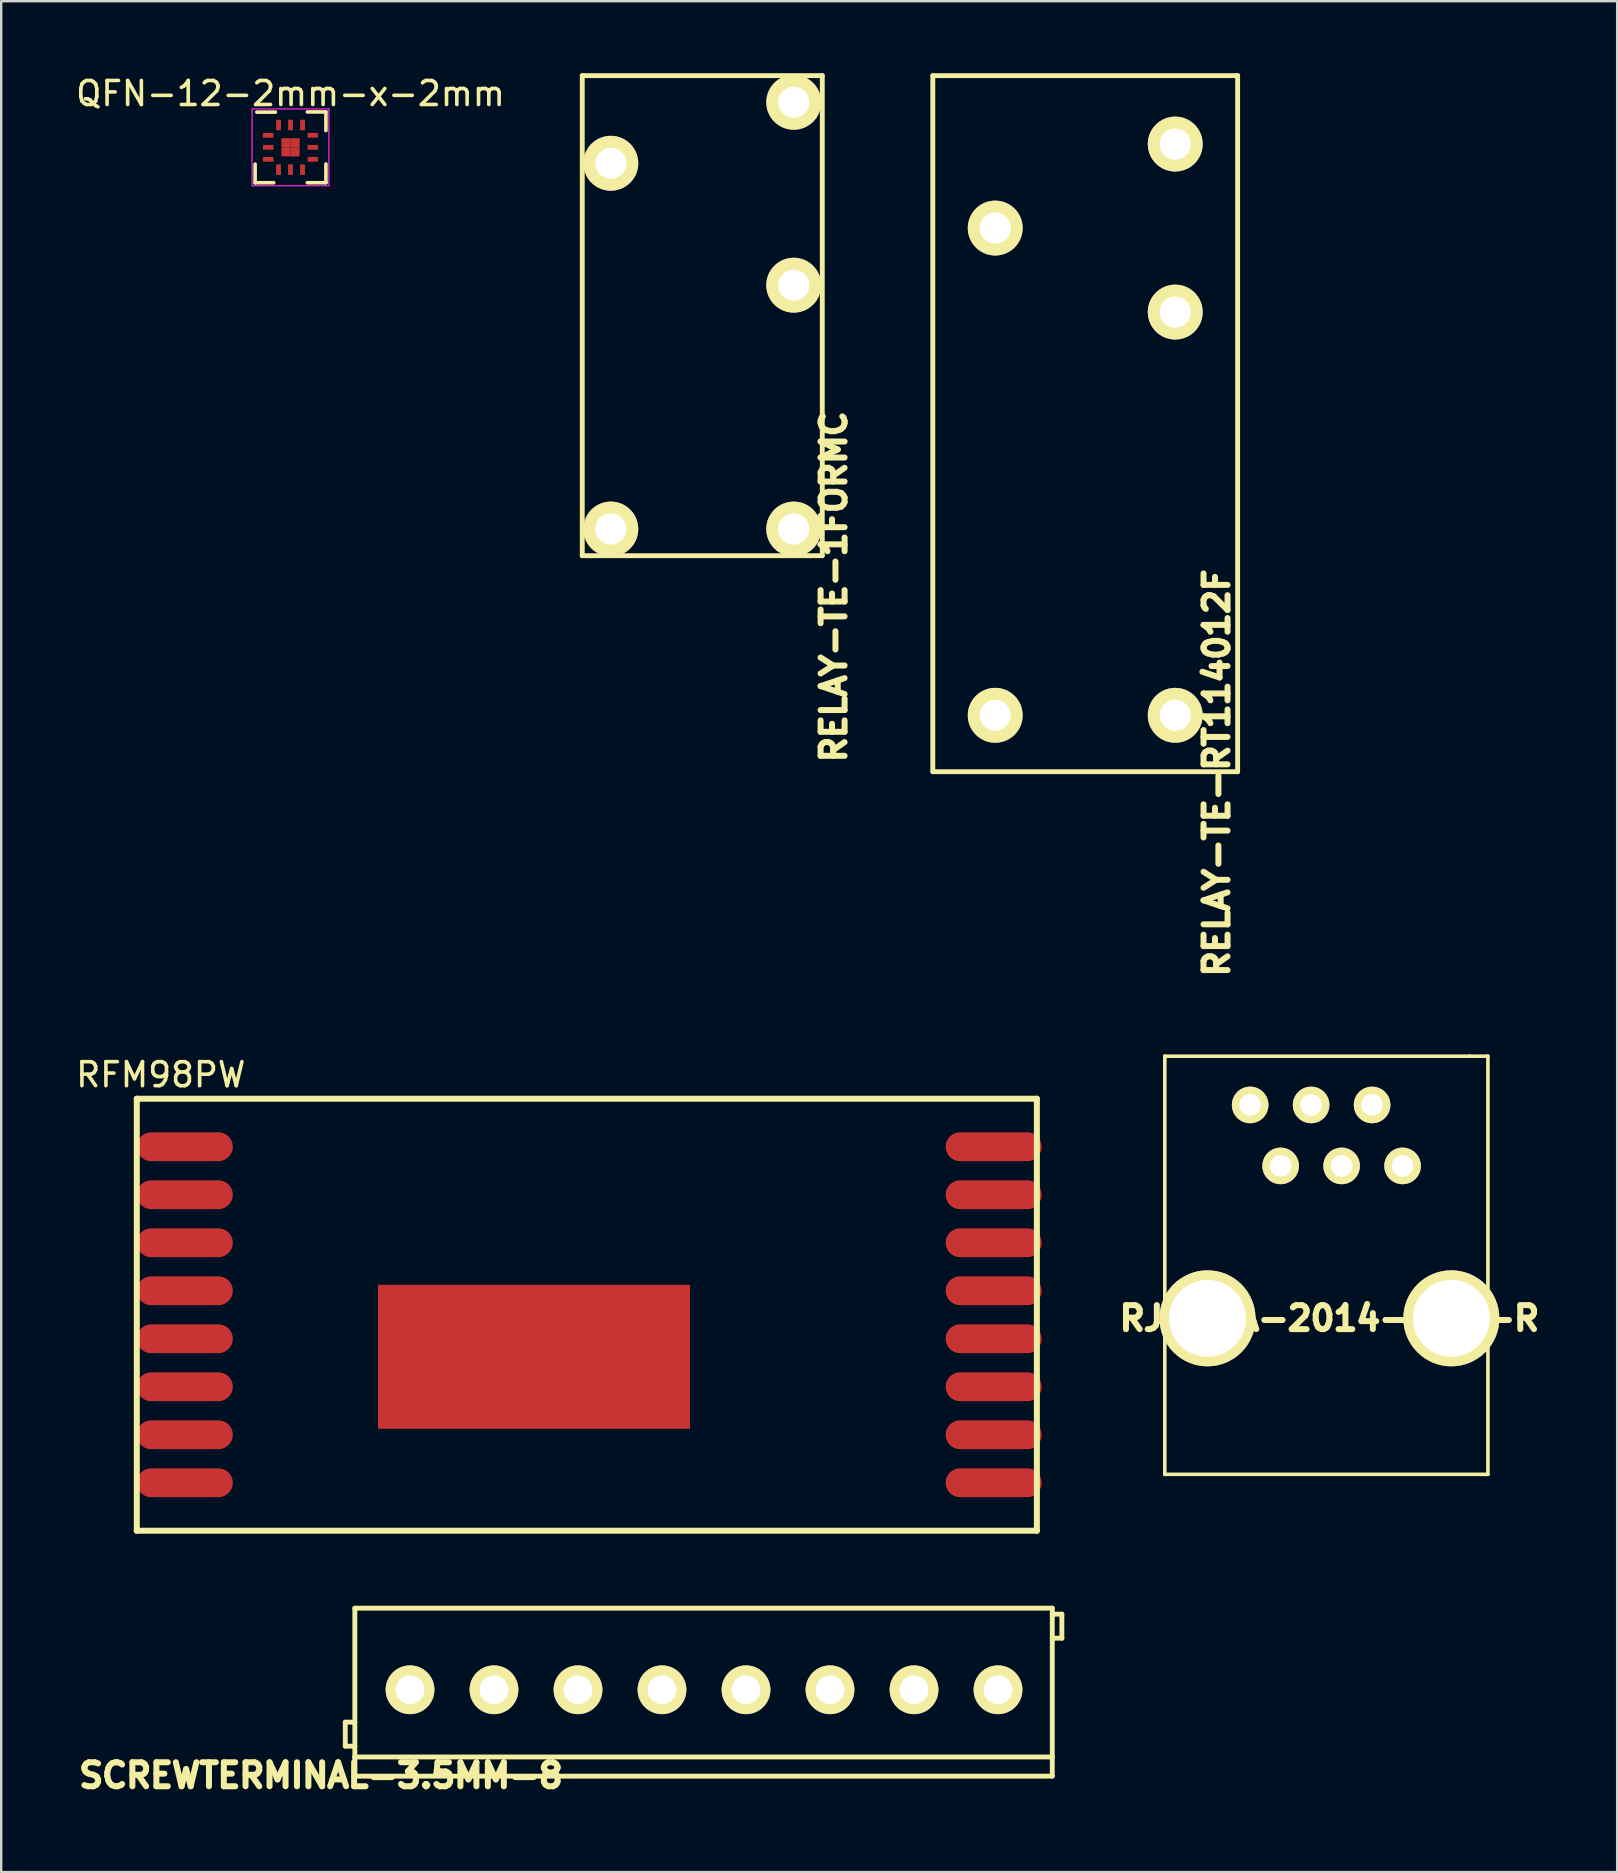
<source format=kicad_pcb>
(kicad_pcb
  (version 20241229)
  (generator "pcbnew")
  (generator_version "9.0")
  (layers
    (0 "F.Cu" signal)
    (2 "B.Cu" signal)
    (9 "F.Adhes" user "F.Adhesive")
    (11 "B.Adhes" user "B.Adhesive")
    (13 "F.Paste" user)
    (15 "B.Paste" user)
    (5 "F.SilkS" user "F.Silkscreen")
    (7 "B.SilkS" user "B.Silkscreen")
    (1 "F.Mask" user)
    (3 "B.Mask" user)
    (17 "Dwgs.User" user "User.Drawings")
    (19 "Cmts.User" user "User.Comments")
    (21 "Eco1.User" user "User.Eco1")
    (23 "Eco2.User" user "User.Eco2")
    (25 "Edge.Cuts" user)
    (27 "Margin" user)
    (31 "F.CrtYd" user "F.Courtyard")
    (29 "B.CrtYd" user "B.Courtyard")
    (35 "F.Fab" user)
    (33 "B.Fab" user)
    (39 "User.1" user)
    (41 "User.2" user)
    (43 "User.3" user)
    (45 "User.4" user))
  (footprint "SCREWTERMINAL-3.5MM-8"
    (layer "F.Cu")
    (at 14.033 67.352)
    (property "Reference" "SCREWTERMINAL-3.5MM-8" (at -3.71 3.57 0) (layer "F.SilkS") (effects (font (size 1 1) (thickness 0.25))))
    (attr exclude_from_pos_files exclude_from_bom)
    (fp_line (start -2.697 1.349) (end -2.697 2.349) (stroke (width 0.203) (type solid)) (layer "F.SilkS"))
    (fp_line (start -2.697 2.349) (end -2.299 2.349) (stroke (width 0.203) (type solid)) (layer "F.SilkS"))
    (fp_line (start -2.299 -3.399) (end 26.759 -3.399) (stroke (width 0.203) (type solid)) (layer "F.SilkS"))
    (fp_line (start -2.299 1.349) (end -2.697 1.349) (stroke (width 0.203) (type solid)) (layer "F.SilkS"))
    (fp_line (start -2.299 2.799) (end -2.299 -3.399) (stroke (width 0.203) (type solid)) (layer "F.SilkS"))
    (fp_line (start -2.299 3.599) (end -2.299 2.799) (stroke (width 0.203) (type solid)) (layer "F.SilkS"))
    (fp_line (start 26.759 -3.399) (end 26.759 2.799) (stroke (width 0.203) (type solid)) (layer "F.SilkS"))
    (fp_line (start 26.759 -3.15) (end 27.158 -3.15) (stroke (width 0.203) (type solid)) (layer "F.SilkS"))
    (fp_line (start 26.759 2.799) (end -2.299 2.799) (stroke (width 0.203) (type solid)) (layer "F.SilkS"))
    (fp_line (start 26.759 2.799) (end 26.759 3.599) (stroke (width 0.203) (type solid)) (layer "F.SilkS"))
    (fp_line (start 26.759 3.599) (end -2.299 3.599) (stroke (width 0.203) (type solid)) (layer "F.SilkS"))
    (fp_line (start 27.158 -3.15) (end 27.158 -2.149) (stroke (width 0.203) (type solid)) (layer "F.SilkS"))
    (fp_line (start 27.158 -2.149) (end 26.759 -2.149) (stroke (width 0.203) (type solid)) (layer "F.SilkS"))
    (pad "1" thru_hole circle (at 0 0) (size 2.032 2.032) (drill 1.199) (layers "*.Cu" "*.Mask" "F.SilkS"))
    (pad "2" thru_hole circle (at 3.498 0) (size 2.032 2.032) (drill 1.199) (layers "*.Cu" "*.Mask" "F.SilkS"))
    (pad "3" thru_hole circle (at 6.998 0) (size 2.032 2.032) (drill 1.199) (layers "*.Cu" "*.Mask" "F.SilkS"))
    (pad "4" thru_hole circle (at 10.498 0) (size 2.032 2.032) (drill 1.199) (layers "*.Cu" "*.Mask" "F.SilkS"))
    (pad "5" thru_hole circle (at 13.998 0) (size 2.032 2.032) (drill 1.199) (layers "*.Cu" "*.Mask" "F.SilkS"))
    (pad "6" thru_hole circle (at 17.498 0) (size 2.032 2.032) (drill 1.199) (layers "*.Cu" "*.Mask" "F.SilkS"))
    (pad "7" thru_hole circle (at 20.998 0) (size 2.032 2.032) (drill 1.199) (layers "*.Cu" "*.Mask" "F.SilkS"))
    (pad "8" thru_hole circle (at 24.498 0) (size 2.032 2.032) (drill 1.199) (layers "*.Cu" "*.Mask" "F.SilkS")))
  (footprint "RELAY-TE-1FORMC"
    (layer "F.Cu")
    (at 26.209 10.102)
    (property "Reference" "RELAY-TE-1FORMC" (at 5.48 11.29 90) (layer "F.SilkS") (effects (font (size 1 1) (thickness 0.25))))
    (attr exclude_from_pos_files exclude_from_bom)
    (fp_line (start -5 -10) (end 5 -10) (stroke (width 0.203) (type solid)) (layer "F.SilkS"))
    (fp_line (start -5 10) (end -5 -10) (stroke (width 0.203) (type solid)) (layer "F.SilkS"))
    (fp_line (start 4.999 10) (end -4.999 10) (stroke (width 0.203) (type solid)) (layer "F.SilkS"))
    (fp_line (start 5 -10) (end 5 10) (stroke (width 0.203) (type solid)) (layer "F.SilkS"))
    (pad "1" thru_hole circle (at -3.81 8.89) (size 2.286 2.286) (drill 1.298) (layers "*.Cu" "*.Mask" "F.SilkS"))
    (pad "2" thru_hole circle (at 3.81 -1.27) (size 2.286 2.286) (drill 1.298) (layers "*.Cu" "*.Mask" "F.SilkS"))
    (pad "3" thru_hole circle (at 3.81 -8.89) (size 2.286 2.286) (drill 1.298) (layers "*.Cu" "*.Mask" "F.SilkS"))
    (pad "4" thru_hole circle (at -3.81 -6.35) (size 2.286 2.286) (drill 1.298) (layers "*.Cu" "*.Mask" "F.SilkS"))
    (pad "5" thru_hole circle (at 3.81 8.89) (size 2.286 2.286) (drill 1.298) (layers "*.Cu" "*.Mask" "F.SilkS")))
  (footprint "RFM98PW"
    (layer "F.Cu")
    (at 4.649 44.727)
    (property "Reference" "RFM98PW" (at -1 -3 0) (layer "F.SilkS") (effects (font (size 1 1) (thickness 0.15))))
    (attr through_hole)
    (fp_line (start -2 -2) (end -2 16) (stroke (width 0.25) (type solid)) (layer "F.SilkS"))
    (fp_line (start -2 16) (end 35.5 16) (stroke (width 0.25) (type solid)) (layer "F.SilkS"))
    (fp_line (start 35.5 -2) (end -2 -2) (stroke (width 0.25) (type solid)) (layer "F.SilkS"))
    (fp_line (start 35.5 16) (end 35.5 -2) (stroke (width 0.25) (type solid)) (layer "F.SilkS"))
    (pad "1" smd oval (at 0 0) (size 4 1.2) (layers "F.Cu" "F.Mask" "F.Paste"))
    (pad "2" smd oval (at 0 2) (size 4 1.2) (layers "F.Cu" "F.Mask" "F.Paste"))
    (pad "3" smd oval (at 0 4) (size 4 1.2) (layers "F.Cu" "F.Mask" "F.Paste"))
    (pad "4" smd oval (at 0 6) (size 4 1.2) (layers "F.Cu" "F.Mask" "F.Paste"))
    (pad "5" smd oval (at 0 8) (size 4 1.2) (layers "F.Cu" "F.Mask" "F.Paste"))
    (pad "6" smd oval (at 0 10) (size 4 1.2) (layers "F.Cu" "F.Mask" "F.Paste"))
    (pad "7" smd oval (at 0 12) (size 4 1.2) (layers "F.Cu" "F.Mask" "F.Paste"))
    (pad "8" smd oval (at 0 14) (size 4 1.2) (layers "F.Cu" "F.Mask" "F.Paste"))
    (pad "9" smd oval (at 33.7 14) (size 4 1.2) (layers "F.Cu" "F.Mask" "F.Paste"))
    (pad "10" smd oval (at 33.7 12) (size 4 1.2) (layers "F.Cu" "F.Mask" "F.Paste"))
    (pad "11" smd oval (at 33.7 10) (size 4 1.2) (layers "F.Cu" "F.Mask" "F.Paste"))
    (pad "12" smd oval (at 33.7 8) (size 4 1.2) (layers "F.Cu" "F.Mask" "F.Paste"))
    (pad "13" smd oval (at 33.7 6) (size 4 1.2) (layers "F.Cu" "F.Mask" "F.Paste"))
    (pad "14" smd oval (at 33.7 4) (size 4 1.2) (layers "F.Cu" "F.Mask" "F.Paste"))
    (pad "15" smd oval (at 33.7 2) (size 4 1.2) (layers "F.Cu" "F.Mask" "F.Paste"))
    (pad "16" smd oval (at 33.7 0) (size 4 1.2) (layers "F.Cu" "F.Mask" "F.Paste"))
    (pad "17" smd rect (at 14.55 8.75) (size 13 6) (layers "F.Cu" "F.Mask" "F.Paste")))
  (footprint "RELAY-TE-RT114012F"
    (layer "F.Cu")
    (at 42.164 17.862)
    (property "Reference" "RELAY-TE-RT114012F" (at 5.48 11.29 90) (layer "F.SilkS") (effects (font (size 1 1) (thickness 0.25))))
    (attr exclude_from_pos_files exclude_from_bom)
    (fp_line (start -6.35 -17.76) (end 6.35 -17.76) (stroke (width 0.203) (type solid)) (layer "F.SilkS"))
    (fp_line (start -6.35 11.24) (end -6.35 -17.76) (stroke (width 0.203) (type solid)) (layer "F.SilkS"))
    (fp_line (start 6.35 -17.76) (end 6.35 11.24) (stroke (width 0.203) (type solid)) (layer "F.SilkS"))
    (fp_line (start 6.35 11.24) (end -6.35 11.24) (stroke (width 0.203) (type solid)) (layer "F.SilkS"))
    (pad "1" thru_hole circle (at -3.75 8.89) (size 2.286 2.286) (drill 1.298) (layers "*.Cu" "*.Mask" "F.SilkS"))
    (pad "2" thru_hole circle (at -3.75 -11.41) (size 2.286 2.286) (drill 1.298) (layers "*.Cu" "*.Mask" "F.SilkS"))
    (pad "3" thru_hole circle (at 3.75 -14.91) (size 2.286 2.286) (drill 1.298) (layers "*.Cu" "*.Mask" "F.SilkS"))
    (pad "4" thru_hole circle (at 3.75 -7.91) (size 2.286 2.286) (drill 1.298) (layers "*.Cu" "*.Mask" "F.SilkS"))
    (pad "5" thru_hole circle (at 3.75 8.89) (size 2.286 2.286) (drill 1.298) (layers "*.Cu" "*.Mask" "F.SilkS")))
  (footprint "QFN-12-2mm-x-2mm"
    (layer "F.Cu")
    (at 9.054 3.088)
    (property "Reference" "QFN-12-2mm-x-2mm" (at 0 -2.24 0) (layer "F.SilkS") (effects (font (size 1 1) (thickness 0.15))))
    (attr smd)
    (fp_line (start -1.475 1.475) (end -1.475 0.7) (stroke (width 0.15) (type solid)) (layer "F.SilkS"))
    (fp_line (start -1.475 1.475) (end -0.7 1.475) (stroke (width 0.15) (type solid)) (layer "F.SilkS"))
    (fp_line (start -1.405 -1.465) (end -0.63 -1.465) (stroke (width 0.15) (type solid)) (layer "F.SilkS"))
    (fp_line (start 1.475 -1.475) (end 0.7 -1.475) (stroke (width 0.15) (type solid)) (layer "F.SilkS"))
    (fp_line (start 1.475 -1.475) (end 1.475 -0.7) (stroke (width 0.15) (type solid)) (layer "F.SilkS"))
    (fp_line (start 1.475 1.475) (end 0.7 1.475) (stroke (width 0.15) (type solid)) (layer "F.SilkS"))
    (fp_line (start 1.475 1.47) (end 1.475 0.695) (stroke (width 0.15) (type solid)) (layer "F.SilkS"))
    (fp_line (start -1.6 -1.6) (end -1.6 1.6) (stroke (width 0.05) (type solid)) (layer "F.CrtYd"))
    (fp_line (start -1.6 -1.6) (end 1.6 -1.6) (stroke (width 0.05) (type solid)) (layer "F.CrtYd"))
    (fp_line (start -1.6 1.6) (end 1.6 1.6) (stroke (width 0.05) (type solid)) (layer "F.CrtYd"))
    (fp_line (start 1.6 -1.6) (end 1.6 1.6) (stroke (width 0.05) (type solid)) (layer "F.CrtYd"))
    (pad "1" smd rect (at -0.93 -0.5) (size 0.44 0.2) (layers "F.Cu" "F.Mask" "F.Paste"))
    (pad "2" smd rect (at -0.93 0) (size 0.44 0.2) (layers "F.Cu" "F.Mask" "F.Paste"))
    (pad "3" smd rect (at -0.93 0.5) (size 0.44 0.2) (layers "F.Cu" "F.Mask" "F.Paste"))
    (pad "4" smd rect (at -0.5 0.93 90) (size 0.44 0.2) (layers "F.Cu" "F.Mask" "F.Paste"))
    (pad "5" smd rect (at 0 0.93 90) (size 0.44 0.2) (layers "F.Cu" "F.Mask" "F.Paste"))
    (pad "6" smd rect (at 0.5 0.93 90) (size 0.44 0.2) (layers "F.Cu" "F.Mask" "F.Paste"))
    (pad "7" smd rect (at 0.93 0.5) (size 0.44 0.2) (layers "F.Cu" "F.Mask" "F.Paste"))
    (pad "8" smd rect (at 0.93 0) (size 0.44 0.2) (layers "F.Cu" "F.Mask" "F.Paste"))
    (pad "9" smd rect (at 0.93 -0.5) (size 0.44 0.2) (layers "F.Cu" "F.Mask" "F.Paste"))
    (pad "10" smd rect (at 0.5 -0.93 90) (size 0.44 0.2) (layers "F.Cu" "F.Mask" "F.Paste"))
    (pad "11" smd rect (at 0 -0.93 90) (size 0.44 0.2) (layers "F.Cu" "F.Mask" "F.Paste"))
    (pad "12" smd rect (at -0.5 -0.93 90) (size 0.44 0.2) (layers "F.Cu" "F.Mask" "F.Paste"))
    (pad "13" smd rect (at -0.19 -0.19) (size 0.38 0.38) (layers "F.Cu" "F.Mask" "F.Paste"))
    (pad "13" smd rect (at -0.19 0.19) (size 0.38 0.38) (layers "F.Cu" "F.Mask" "F.Paste"))
    (pad "13" smd rect (at 0.19 -0.19) (size 0.38 0.38) (layers "F.Cu" "F.Mask" "F.Paste"))
    (pad "13" smd rect (at 0.19 0.19) (size 0.38 0.38) (layers "F.Cu" "F.Mask" "F.Paste")))
  (footprint "RJ12-A-2014-1-4-R"
    (layer "F.Cu")
    (at 52.338 51.876)
    (property "Reference" "RJ12-A-2014-1-4-R" (at 0 0 0) (layer "F.SilkS") (effects (font (size 1 1) (thickness 0.25))))
    (attr through_hole)
    (fp_line (start -6.858 -10.922) (end -6.858 6.5) (stroke (width 0.15) (type solid)) (layer "F.SilkS"))
    (fp_line (start -6.858 -10.922) (end 5.842 -10.922) (stroke (width 0.15) (type solid)) (layer "F.SilkS"))
    (fp_line (start -6.858 6.5) (end 6.604 6.5) (stroke (width 0.15) (type solid)) (layer "F.SilkS"))
    (fp_line (start 5.842 -10.922) (end 6.604 -10.922) (stroke (width 0.15) (type solid)) (layer "F.SilkS"))
    (fp_line (start 6.604 -10.922) (end 6.604 6.5) (stroke (width 0.15) (type solid)) (layer "F.SilkS"))
    (pad "1" thru_hole circle (at -3.302 -8.89) (size 1.524 1.524) (drill 0.9) (layers "*.Cu" "*.Mask" "F.SilkS"))
    (pad "2" thru_hole circle (at -2.032 -6.35) (size 1.524 1.524) (drill 0.9) (layers "*.Cu" "*.Mask" "F.SilkS"))
    (pad "3" thru_hole circle (at -0.762 -8.89) (size 1.524 1.524) (drill 0.9) (layers "*.Cu" "*.Mask" "F.SilkS"))
    (pad "4" thru_hole circle (at 0.508 -6.35) (size 1.524 1.524) (drill 0.9) (layers "*.Cu" "*.Mask" "F.SilkS"))
    (pad "5" thru_hole circle (at 1.778 -8.89) (size 1.524 1.524) (drill 0.9) (layers "*.Cu" "*.Mask" "F.SilkS"))
    (pad "6" thru_hole circle (at 3.048 -6.35) (size 1.524 1.524) (drill 0.9) (layers "*.Cu" "*.Mask" "F.SilkS"))
    (pad "7" thru_hole circle (at -5.08 0) (size 4 4) (drill 3.2) (layers "*.Cu" "*.Mask" "F.SilkS"))
    (pad "8" thru_hole circle (at 5.08 0) (size 4 4) (drill 3.2) (layers "*.Cu" "*.Mask" "F.SilkS")))
  (gr_rect
    (start -3 -3)
    (end 64.327 74.946)
    (stroke (width 0.1) (type default))
    (fill no)
    (layer "Edge.Cuts")))
</source>
